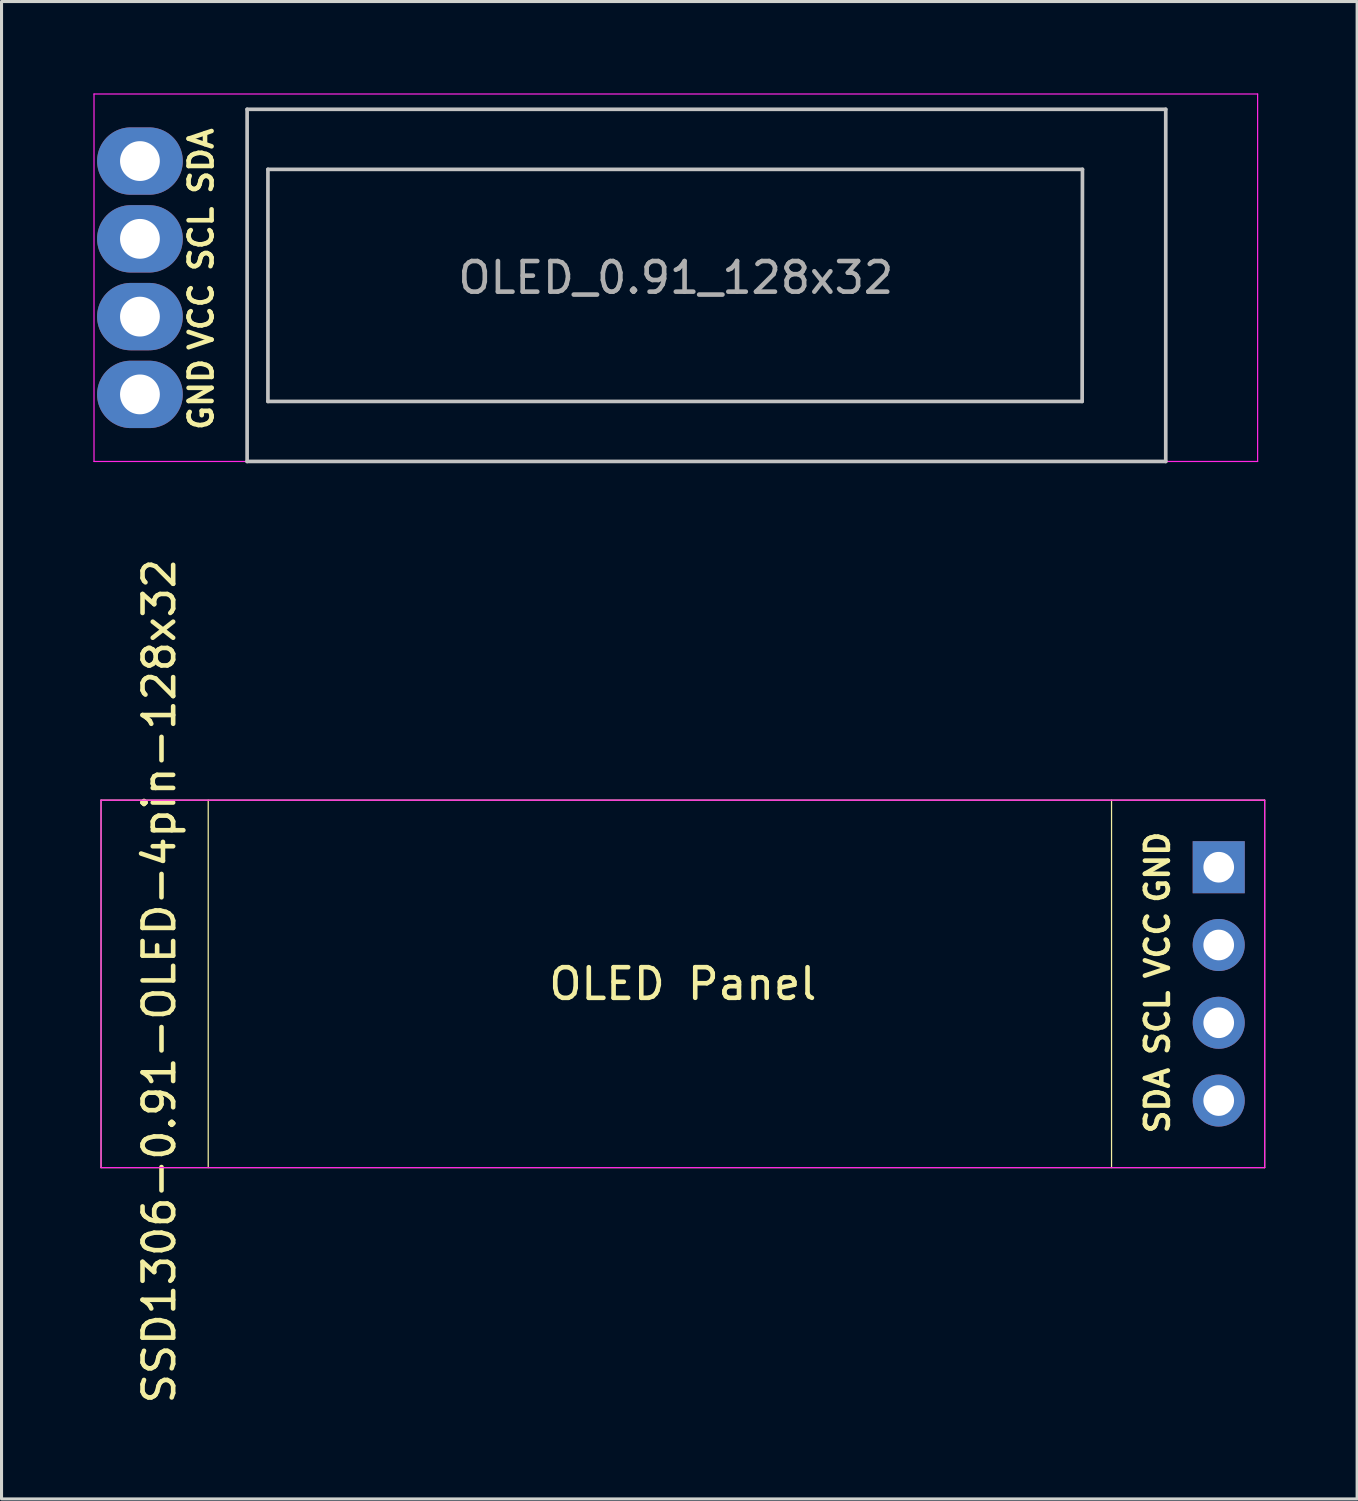
<source format=kicad_pcb>
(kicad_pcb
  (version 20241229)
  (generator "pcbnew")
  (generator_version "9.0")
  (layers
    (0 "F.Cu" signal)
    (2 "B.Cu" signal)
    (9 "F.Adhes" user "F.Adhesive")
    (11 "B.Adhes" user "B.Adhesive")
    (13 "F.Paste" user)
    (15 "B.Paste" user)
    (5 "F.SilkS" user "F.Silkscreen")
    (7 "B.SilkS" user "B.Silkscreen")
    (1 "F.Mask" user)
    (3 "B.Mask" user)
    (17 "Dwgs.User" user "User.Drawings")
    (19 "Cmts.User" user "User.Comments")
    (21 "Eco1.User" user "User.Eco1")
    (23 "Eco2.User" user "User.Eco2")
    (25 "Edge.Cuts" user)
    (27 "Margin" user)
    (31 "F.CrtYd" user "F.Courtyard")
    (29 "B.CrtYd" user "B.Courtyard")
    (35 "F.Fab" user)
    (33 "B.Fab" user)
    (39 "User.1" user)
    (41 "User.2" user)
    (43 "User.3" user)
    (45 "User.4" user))
  (footprint "OLED_0.91_128x32"
    (layer "F.Cu")
    (at 19.02 6.02)
    (property "Reference" "OLED_0.91_128x32" (at 0 0 0) (unlocked yes) (layer "F.Fab") (effects (font (size 1 1) (thickness 0.15))))
    (attr through_hole)
    (fp_line (start -14 -5.5) (end -14 6) (stroke (width 0.12) (type solid)) (layer "Dwgs.User"))
    (fp_line (start -14 6) (end 16 6) (stroke (width 0.12) (type solid)) (layer "Dwgs.User"))
    (fp_line (start -13.32 -3.54) (end 13.28 -3.54) (stroke (width 0.12) (type solid)) (layer "Dwgs.User"))
    (fp_line (start -13.32 4.04) (end -13.32 -3.54) (stroke (width 0.12) (type solid)) (layer "Dwgs.User"))
    (fp_line (start -13.32 4.04) (end 13.27 4.04) (stroke (width 0.12) (type solid)) (layer "Dwgs.User"))
    (fp_line (start 13.28 -3.54) (end 13.27 4.04) (stroke (width 0.12) (type solid)) (layer "Dwgs.User"))
    (fp_line (start 16 -5.5) (end -14 -5.5) (stroke (width 0.12) (type solid)) (layer "Dwgs.User"))
    (fp_line (start 16 6) (end 16 -5.5) (stroke (width 0.12) (type solid)) (layer "Dwgs.User"))
    (fp_line (start -19 -6) (end -19 6) (stroke (width 0.04) (type solid)) (layer "F.CrtYd"))
    (fp_line (start -19 6) (end 19 6) (stroke (width 0.04) (type solid)) (layer "F.CrtYd"))
    (fp_line (start 19 -6) (end -19 -6) (stroke (width 0.04) (type solid)) (layer "F.CrtYd"))
    (fp_line (start 19 6) (end 19 -6) (stroke (width 0.04) (type solid)) (layer "F.CrtYd"))
    (fp_text user "SDA" (at -15.5 -3.81 90) (layer "F.SilkS") (effects (font (size 0.75 0.75) (thickness 0.15))))
    (fp_text user "GND" (at -15.5 3.81 90) (layer "F.SilkS") (effects (font (size 0.75 0.75) (thickness 0.15))))
    (fp_text user "VCC" (at -15.5 1.27 90) (layer "F.SilkS") (effects (font (size 0.75 0.75) (thickness 0.15))))
    (fp_text user "SCL" (at -15.5 -1.27 90) (layer "F.SilkS") (effects (font (size 0.75 0.75) (thickness 0.15))))
    (pad "1" thru_hole oval (at -17.5 3.81 180) (size 2.8 2.2) (drill 1.3) (layers "*.Cu" "*.Mask"))
    (pad "2" thru_hole oval (at -17.5 1.27 180) (size 2.8 2.2) (drill 1.3) (layers "*.Cu" "*.Mask"))
    (pad "3" thru_hole oval (at -17.5 -1.27 180) (size 2.8 2.2) (drill 1.3) (layers "*.Cu" "*.Mask"))
    (pad "4" thru_hole oval (at -17.5 -3.81 180) (size 2.8 2.2) (drill 1.3) (layers "*.Cu" "*.Mask")))
  (footprint "SSD1306-0.91-OLED-4pin-128x32"
    (layer "F.Cu")
    (at 0.25 23.081)
    (property "Reference" "SSD1306-0.91-OLED-4pin-128x32" (at 1.9 5.91 90) (layer "F.SilkS") (effects (font (size 1 1) (thickness 0.15))))
    (attr through_hole)
    (fp_line (start 0 0) (end 0 12) (stroke (width 0.04) (type solid)) (layer "F.SilkS"))
    (fp_line (start 0 12) (end 38 12) (stroke (width 0.04) (type solid)) (layer "F.SilkS"))
    (fp_line (start 3.5 0) (end 3.5 12) (stroke (width 0.04) (type solid)) (layer "F.SilkS"))
    (fp_line (start 33 0) (end 33 12) (stroke (width 0.04) (type solid)) (layer "F.SilkS"))
    (fp_line (start 38 0) (end 0 0) (stroke (width 0.04) (type solid)) (layer "F.SilkS"))
    (fp_line (start 38 12) (end 38 0) (stroke (width 0.04) (type solid)) (layer "F.SilkS"))
    (fp_line (start 0 0) (end 0 12) (stroke (width 0.04) (type solid)) (layer "F.CrtYd"))
    (fp_line (start 0 12) (end 38 12) (stroke (width 0.04) (type solid)) (layer "F.CrtYd"))
    (fp_line (start 38 0) (end 0 0) (stroke (width 0.04) (type solid)) (layer "F.CrtYd"))
    (fp_line (start 38 12) (end 38 0) (stroke (width 0.04) (type solid)) (layer "F.CrtYd"))
    (fp_text user "SDA" (at 34.5 9.81 270) (layer "F.SilkS") (effects (font (size 0.75 0.75) (thickness 0.15))))
    (fp_text user "GND" (at 34.5 2.19 270) (layer "F.SilkS") (effects (font (size 0.75 0.75) (thickness 0.15))))
    (fp_text user "SCL" (at 34.5 7.27 270) (layer "F.SilkS") (effects (font (size 0.75 0.75) (thickness 0.15))))
    (fp_text user "VCC" (at 34.5 4.73 270) (layer "F.SilkS") (effects (font (size 0.75 0.75) (thickness 0.15))))
    (fp_text user "OLED Panel" (at 19 6 0) (layer "F.SilkS") (effects (font (size 1 1) (thickness 0.15))))
    (pad "1" thru_hole rect (at 36.5 2.19) (size 1.7 1.7) (drill 1) (layers "*.Cu" "*.Mask"))
    (pad "2" thru_hole oval (at 36.5 4.73) (size 1.7 1.7) (drill 1) (layers "*.Cu" "*.Mask"))
    (pad "3" thru_hole oval (at 36.5 7.27) (size 1.7 1.7) (drill 1) (layers "*.Cu" "*.Mask"))
    (pad "4" thru_hole oval (at 36.5 9.81) (size 1.7 1.7) (drill 1) (layers "*.Cu" "*.Mask")))
  (gr_rect
    (start -3 -3)
    (end 41.27 45.901)
    (stroke (width 0.1) (type default))
    (fill no)
    (layer "Edge.Cuts")))
</source>
